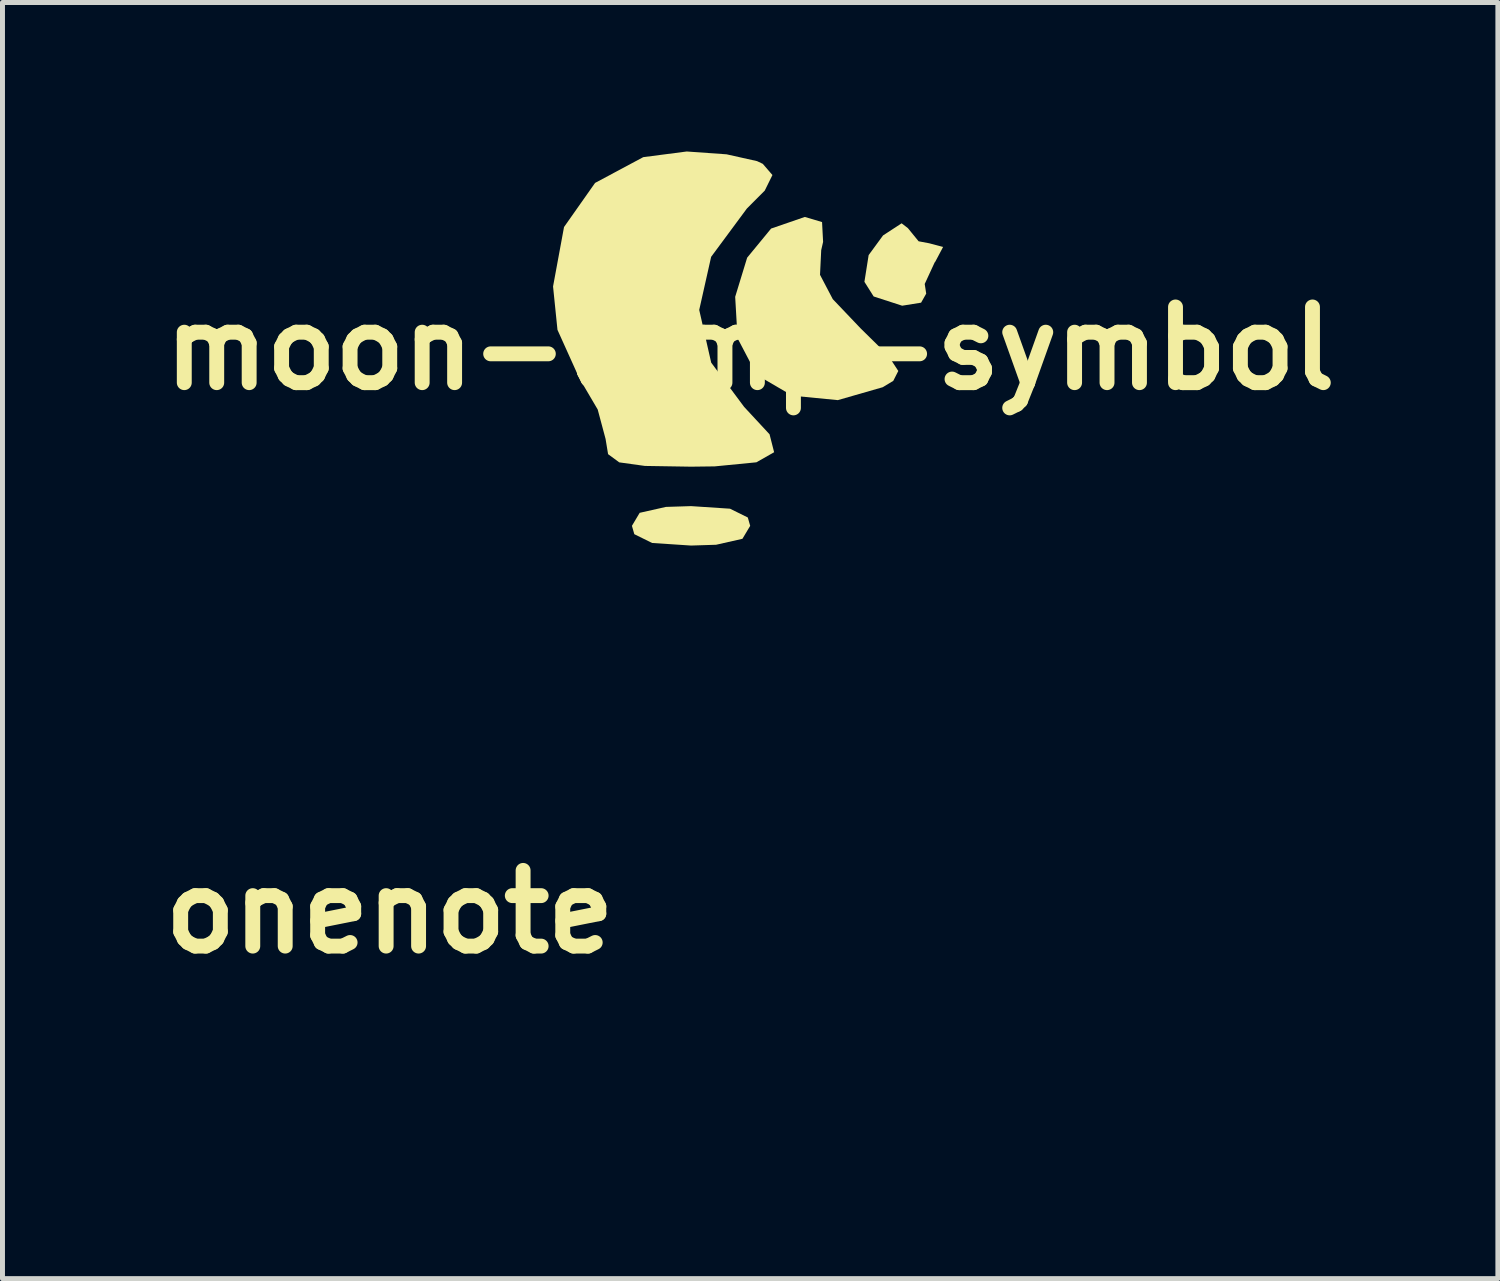
<source format=kicad_pcb>
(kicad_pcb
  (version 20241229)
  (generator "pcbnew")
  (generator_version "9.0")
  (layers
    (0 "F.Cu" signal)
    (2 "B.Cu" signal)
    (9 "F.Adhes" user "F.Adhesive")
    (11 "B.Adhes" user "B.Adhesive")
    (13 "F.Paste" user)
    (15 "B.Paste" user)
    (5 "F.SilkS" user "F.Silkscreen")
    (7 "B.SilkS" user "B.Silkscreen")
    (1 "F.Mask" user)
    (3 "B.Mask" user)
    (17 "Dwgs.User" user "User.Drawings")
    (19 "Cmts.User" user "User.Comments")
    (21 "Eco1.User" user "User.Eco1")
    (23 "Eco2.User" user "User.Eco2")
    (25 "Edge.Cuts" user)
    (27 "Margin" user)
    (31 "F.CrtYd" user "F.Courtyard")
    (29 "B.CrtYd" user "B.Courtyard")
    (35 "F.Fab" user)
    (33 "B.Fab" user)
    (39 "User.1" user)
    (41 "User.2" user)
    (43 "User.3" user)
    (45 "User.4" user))
  (footprint "moon-lamp-symbol"
    (layer "F.Cu")
    (at 12.054 3.965)
    (property "Reference" "moon-lamp-symbol" (at 0 0 0) (layer "F.SilkS") (effects (font (size 1.524 1.524) (thickness 0.3))))
    (attr board_only exclude_from_pos_files exclude_from_bom)
    (fp_poly (pts (xy -0.406 3.227) (xy -0.048 3.404) (xy 0 3.572) (xy -0.156 3.833) (xy -0.686 3.953) (xy -1.191 3.969) (xy -1.975 3.917) (xy -2.333 3.74) (xy -2.381 3.572) (xy -2.225 3.31) (xy -1.696 3.191) (xy -1.191 3.175)) (stroke (width 0) (type solid)) (fill yes) (layer "F.SilkS"))
    (fp_poly (pts (xy 3.175 -2.422) (xy 3.391 -2.157) (xy 3.604 -2.117) (xy 3.884 -2.043) (xy 3.727 -1.747) (xy 3.714 -1.731) (xy 3.514 -1.298) (xy 3.544 -1.103) (xy 3.441 -0.921) (xy 3.06 -0.86) (xy 2.486 -1.046) (xy 2.3 -1.341) (xy 2.385 -1.879) (xy 2.675 -2.275) (xy 3.049 -2.519)) (stroke (width 0) (type solid)) (fill yes) (layer "F.SilkS"))
    (fp_poly (pts (xy 1.447 -2.544) (xy 1.468 -2.145) (xy 1.43 -1.978) (xy 1.406 -1.482) (xy 1.663 -0.992) (xy 2.224 -0.403) (xy 2.778 0.142) (xy 2.982 0.454) (xy 2.881 0.653) (xy 2.669 0.781) (xy 1.765 1.041) (xy 0.849 0.952) (xy 0.14 0.538) (xy 0.129 0.526) (xy -0.254 -0.204) (xy -0.302 -1.039) (xy -0.061 -1.827) (xy 0.421 -2.413) (xy 1.097 -2.646) (xy 1.104 -2.646)) (stroke (width 0) (type solid)) (fill yes) (layer "F.SilkS"))
    (fp_poly (pts (xy -0.475 -3.908) (xy 0.138 -3.771) (xy 0.254 -3.716) (xy 0.448 -3.491) (xy 0.293 -3.177) (xy -0.066 -2.817) (xy -0.786 -1.844) (xy -1.026 -0.775) (xy -0.785 0.286) (xy -0.122 1.177) (xy 0.39 1.729) (xy 0.482 2.09) (xy 0.125 2.293) (xy -0.714 2.375) (xy -1.191 2.381) (xy -2.119 2.366) (xy -2.637 2.294) (xy -2.861 2.129) (xy -2.91 1.832) (xy -2.91 1.828) (xy -3.07 1.23) (xy -3.44 0.601) (xy -3.88 -0.374) (xy -3.969 -1.247) (xy -3.748 -2.444) (xy -3.123 -3.332) (xy -2.153 -3.851) (xy -1.277 -3.965)) (stroke (width 0) (type solid)) (fill yes) (layer "F.SilkS")))
  (footprint "onenote"
    (layer "F.Cu")
    (at 4.797 15.309)
    (property "Reference" "onenote" (at 0 0 0) (layer "F.SilkS") (effects (font (size 1.524 1.524) (thickness 0.3))))
    (attr board_only exclude_from_pos_files exclude_from_bom)
    (fp_poly (pts (xy -0.449 1.036) (xy -0.532 1.032) (xy -0.602 1.028) (xy -0.685 1.024) (xy -0.727 1.021) (xy -0.838 1.014) (xy -1.186 0.332) (xy -1.534 -0.351) (xy -1.544 0.977) (xy -1.685 0.966) (xy -1.758 0.959) (xy -1.817 0.952) (xy -1.85 0.947) (xy -1.851 0.947) (xy -1.857 0.937) (xy -1.862 0.909) (xy -1.866 0.862) (xy -1.869 0.791) (xy -1.872 0.695) (xy -1.874 0.57) (xy -1.875 0.415) (xy -1.875 0.225) (xy -1.876 0.003) (xy -1.876 -0.932) (xy -1.773 -0.945) (xy -1.692 -0.952) (xy -1.61 -0.957) (xy -1.583 -0.957) (xy -1.495 -0.957) (xy -1.153 -0.314) (xy -0.811 0.329) (xy -0.806 -0.343) (xy -0.801 -1.016) (xy -0.449 -1.016)) (stroke (width 0) (type solid)) (fill yes) (layer "F.Mask"))
    (fp_poly (pts (xy 1.973 -1.662) (xy 2.193 -1.657) (xy 2.413 -1.651) (xy 2.418 -1.226) (xy 2.424 -0.801) (xy 1.974 -0.801) (xy 1.964 1.866) (xy 1.216 1.871) (xy 0.469 1.876) (xy 0.469 1.544) (xy 1.719 1.544) (xy 1.719 1.368) (xy 0.469 1.368) (xy 0.469 0.957) (xy 1.719 0.957) (xy 1.719 0.782) (xy 0.469 0.782) (xy 0.469 0.391) (xy 1.719 0.391) (xy 1.719 0.215) (xy 0.469 0.215) (xy 0.469 -0.195) (xy 1.719 -0.195) (xy 1.719 -0.371) (xy 0.469 -0.371) (xy 0.469 -0.762) (xy 1.719 -0.762) (xy 1.719 -0.938) (xy 0.469 -0.938) (xy 0.469 -1.348) (xy 1.719 -1.348) (xy 1.719 -1.524) (xy 0.469 -1.524) (xy 0.469 -1.856) (xy 1.973 -1.856)) (stroke (width 0) (type solid)) (fill yes) (layer "F.Mask"))
    (fp_poly (pts (xy 0.186 -4.374) (xy 0.329 -4.369) (xy 0.45 -4.362) (xy 0.509 -4.356) (xy 0.915 -4.287) (xy 1.309 -4.183) (xy 1.688 -4.044) (xy 2.05 -3.873) (xy 2.393 -3.671) (xy 2.715 -3.44) (xy 3.015 -3.181) (xy 3.29 -2.896) (xy 3.539 -2.586) (xy 3.76 -2.253) (xy 3.95 -1.899) (xy 4.108 -1.524) (xy 4.16 -1.376) (xy 4.237 -1.122) (xy 4.296 -0.884) (xy 4.337 -0.651) (xy 4.362 -0.411) (xy 4.375 -0.152) (xy 4.376 0.009) (xy 4.359 0.422) (xy 4.307 0.817) (xy 4.221 1.198) (xy 4.098 1.568) (xy 3.938 1.931) (xy 3.741 2.289) (xy 3.738 2.294) (xy 3.536 2.593) (xy 3.301 2.882) (xy 3.04 3.155) (xy 2.76 3.405) (xy 2.466 3.626) (xy 2.294 3.738) (xy 1.931 3.937) (xy 1.553 4.1) (xy 1.163 4.227) (xy 0.764 4.318) (xy 0.358 4.37) (xy -0.052 4.385) (xy -0.293 4.376) (xy -0.704 4.329) (xy -1.105 4.245) (xy -1.497 4.123) (xy -1.877 3.963) (xy -2.246 3.766) (xy -2.294 3.738) (xy -2.593 3.536) (xy -2.882 3.301) (xy -3.155 3.04) (xy -3.405 2.76) (xy -3.626 2.466) (xy -3.738 2.294) (xy -3.936 1.936) (xy -4.096 1.574) (xy -4.219 1.204) (xy -4.306 0.823) (xy -4.358 0.428) (xy -4.376 0.016) (xy -4.376 0.009) (xy -4.376 -0.008) (xy -2.579 -0.008) (xy -2.579 0.274) (xy -2.579 0.546) (xy -2.579 0.804) (xy -2.578 1.046) (xy -2.578 1.269) (xy -2.578 1.47) (xy -2.577 1.648) (xy -2.577 1.8) (xy -2.576 1.922) (xy -2.576 2.013) (xy -2.575 2.071) (xy -2.574 2.091) (xy -2.574 2.092) (xy -2.555 2.095) (xy -2.5 2.106) (xy -2.413 2.123) (xy -2.296 2.147) (xy -2.152 2.175) (xy -1.986 2.208) (xy -1.798 2.245) (xy -1.593 2.286) (xy -1.373 2.329) (xy -1.141 2.375) (xy -1.104 2.383) (xy -0.869 2.429) (xy -0.644 2.473) (xy -0.433 2.514) (xy -0.238 2.552) (xy -0.063 2.586) (xy 0.09 2.615) (xy 0.217 2.64) (xy 0.315 2.658) (xy 0.382 2.67) (xy 0.414 2.675) (xy 0.415 2.675) (xy 0.469 2.677) (xy 0.469 2.033) (xy 1.248 2.028) (xy 1.444 2.026) (xy 1.605 2.025) (xy 1.734 2.023) (xy 1.835 2.021) (xy 1.912 2.018) (xy 1.968 2.014) (xy 2.008 2.01) (xy 2.035 2.004) (xy 2.054 1.996) (xy 2.066 1.988) (xy 2.068 1.986) (xy 2.102 1.939) (xy 2.12 1.893) (xy 2.132 1.858) (xy 2.154 1.841) (xy 2.199 1.837) (xy 2.218 1.837) (xy 2.259 1.836) (xy 2.292 1.83) (xy 2.317 1.816) (xy 2.335 1.789) (xy 2.348 1.745) (xy 2.357 1.68) (xy 2.361 1.591) (xy 2.364 1.472) (xy 2.364 1.319) (xy 2.364 1.243) (xy 2.364 1.077) (xy 2.363 0.947) (xy 2.359 0.848) (xy 2.353 0.775) (xy 2.342 0.724) (xy 2.326 0.692) (xy 2.303 0.674) (xy 2.273 0.666) (xy 2.235 0.664) (xy 2.215 0.664) (xy 2.158 0.66) (xy 2.133 0.646) (xy 2.13 0.635) (xy 2.143 0.615) (xy 2.185 0.606) (xy 2.208 0.606) (xy 2.287 0.592) (xy 2.325 0.567) (xy 2.337 0.553) (xy 2.346 0.535) (xy 2.353 0.509) (xy 2.358 0.469) (xy 2.361 0.411) (xy 2.363 0.33) (xy 2.364 0.222) (xy 2.364 0.081) (xy 2.364 0.014) (xy 2.364 -0.153) (xy 2.362 -0.284) (xy 2.359 -0.383) (xy 2.355 -0.455) (xy 2.349 -0.503) (xy 2.342 -0.53) (xy 2.339 -0.536) (xy 2.299 -0.562) (xy 2.232 -0.58) (xy 2.221 -0.581) (xy 2.158 -0.594) (xy 2.131 -0.613) (xy 2.13 -0.618) (xy 2.138 -0.63) (xy 2.167 -0.639) (xy 2.223 -0.643) (xy 2.31 -0.645) (xy 2.334 -0.645) (xy 2.427 -0.645) (xy 2.488 -0.649) (xy 2.526 -0.655) (xy 2.547 -0.667) (xy 2.559 -0.683) (xy 2.565 -0.715) (xy 2.571 -0.782) (xy 2.575 -0.883) (xy 2.578 -1.013) (xy 2.579 -1.169) (xy 2.579 -1.233) (xy 2.579 -1.39) (xy 2.578 -1.513) (xy 2.576 -1.606) (xy 2.573 -1.674) (xy 2.568 -1.721) (xy 2.562 -1.752) (xy 2.554 -1.772) (xy 2.547 -1.781) (xy 2.525 -1.798) (xy 2.493 -1.809) (xy 2.441 -1.815) (xy 2.361 -1.817) (xy 2.324 -1.817) (xy 2.135 -1.817) (xy 2.123 -1.874) (xy 2.1 -1.931) (xy 2.068 -1.972) (xy 2.056 -1.982) (xy 2.042 -1.99) (xy 2.021 -1.997) (xy 1.99 -2.002) (xy 1.945 -2.006) (xy 1.883 -2.009) (xy 1.799 -2.011) (xy 1.691 -2.012) (xy 1.553 -2.012) (xy 1.382 -2.012) (xy 1.247 -2.012) (xy 0.469 -2.012) (xy 0.469 -2.345) (xy 0.469 -2.467) (xy 0.467 -2.555) (xy 0.464 -2.614) (xy 0.459 -2.651) (xy 0.452 -2.67) (xy 0.441 -2.676) (xy 0.437 -2.677) (xy 0.413 -2.673) (xy 0.355 -2.663) (xy 0.266 -2.647) (xy 0.149 -2.626) (xy 0.008 -2.6) (xy -0.153 -2.57) (xy -0.331 -2.537) (xy -0.522 -2.502) (xy -0.722 -2.464) (xy -0.928 -2.426) (xy -1.136 -2.387) (xy -1.343 -2.348) (xy -1.545 -2.31) (xy -1.738 -2.273) (xy -1.919 -2.239) (xy -2.084 -2.208) (xy -2.229 -2.18) (xy -2.352 -2.156) (xy -2.447 -2.138) (xy -2.512 -2.125) (xy -2.544 -2.118) (xy -2.545 -2.118) (xy -2.55 -2.114) (xy -2.555 -2.107) (xy -2.559 -2.093) (xy -2.563 -2.07) (xy -2.566 -2.036) (xy -2.569 -1.988) (xy -2.571 -1.926) (xy -2.573 -1.846) (xy -2.575 -1.747) (xy -2.576 -1.625) (xy -2.577 -1.48) (xy -2.578 -1.308) (xy -2.578 -1.108) (xy -2.579 -0.877) (xy -2.579 -0.614) (xy -2.579 -0.316) (xy -2.579 -0.008) (xy -4.376 -0.008) (xy -4.371 -0.266) (xy -4.353 -0.515) (xy -4.321 -0.751) (xy -4.273 -0.984) (xy -4.207 -1.227) (xy -4.16 -1.376) (xy -4.014 -1.758) (xy -3.836 -2.12) (xy -3.627 -2.461) (xy -3.389 -2.78) (xy -3.123 -3.075) (xy -2.832 -3.344) (xy -2.518 -3.586) (xy -2.183 -3.799) (xy -1.828 -3.982) (xy -1.456 -4.134) (xy -1.067 -4.251) (xy -0.666 -4.334) (xy -0.509 -4.356) (xy -0.407 -4.365) (xy -0.276 -4.371) (xy -0.127 -4.375) (xy 0.03 -4.376)) (stroke (width 0) (type solid)) (fill yes) (layer "F.Mask")))
  (gr_rect
    (start -3 -3)
    (end 27.108 22.694)
    (stroke (width 0.1) (type default))
    (fill no)
    (layer "Edge.Cuts")))
</source>
